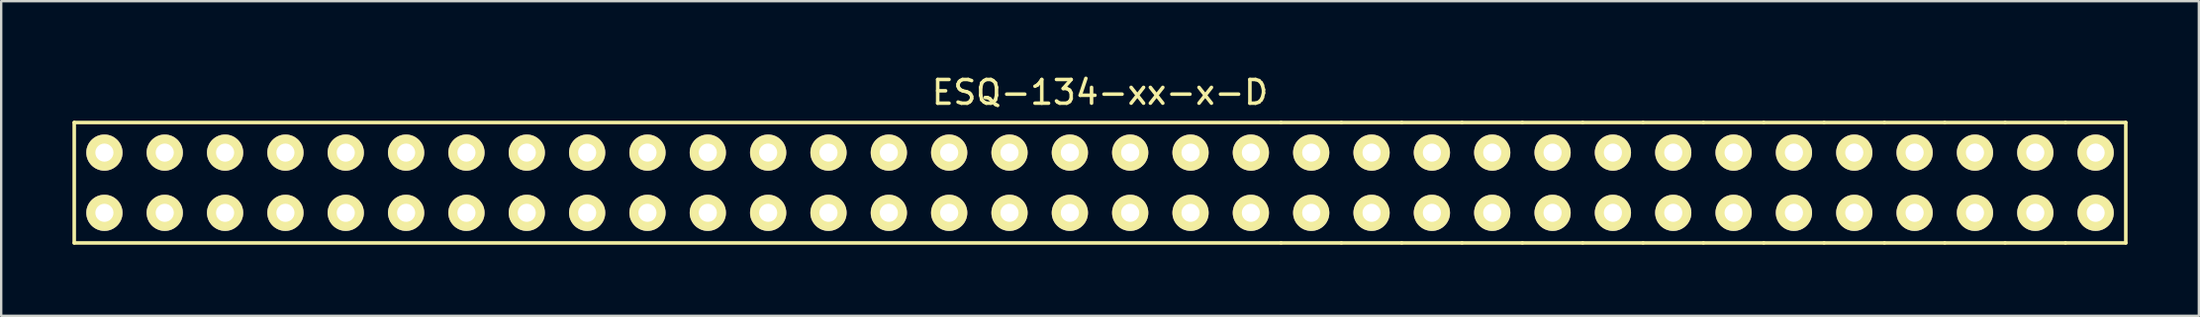
<source format=kicad_pcb>
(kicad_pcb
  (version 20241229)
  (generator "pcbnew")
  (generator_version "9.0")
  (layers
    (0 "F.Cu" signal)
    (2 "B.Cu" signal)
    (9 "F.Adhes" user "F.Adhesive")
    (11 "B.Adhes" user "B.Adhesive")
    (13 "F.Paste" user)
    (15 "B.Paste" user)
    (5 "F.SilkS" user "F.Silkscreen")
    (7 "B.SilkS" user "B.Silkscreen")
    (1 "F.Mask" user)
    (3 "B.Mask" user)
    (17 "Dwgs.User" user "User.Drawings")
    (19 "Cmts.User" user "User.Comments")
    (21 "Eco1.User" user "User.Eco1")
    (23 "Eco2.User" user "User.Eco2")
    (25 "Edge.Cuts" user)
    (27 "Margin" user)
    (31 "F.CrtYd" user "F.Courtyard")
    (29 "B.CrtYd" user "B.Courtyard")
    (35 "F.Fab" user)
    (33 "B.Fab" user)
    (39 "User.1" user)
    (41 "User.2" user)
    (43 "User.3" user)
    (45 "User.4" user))
  (footprint "ESQ-134-xx-x-D"
    (layer "F.Cu")
    (at 43.255 4.658)
    (property "Reference" "ESQ-134-xx-x-D" (at 0 -3.81 0) (layer "F.SilkS") (effects (font (size 1 1) (thickness 0.15))))
    (attr through_hole)
    (fp_line (start -43.18 -2.54) (end 7.62 -2.54) (stroke (width 0.15) (type solid)) (layer "F.SilkS"))
    (fp_line (start -43.18 2.54) (end -43.18 -2.54) (stroke (width 0.15) (type solid)) (layer "F.SilkS"))
    (fp_line (start 7.62 -2.54) (end 10.16 -2.54) (stroke (width 0.15) (type solid)) (layer "F.SilkS"))
    (fp_line (start 7.62 2.54) (end -43.18 2.54) (stroke (width 0.15) (type solid)) (layer "F.SilkS"))
    (fp_line (start 10.16 -2.54) (end 12.7 -2.54) (stroke (width 0.15) (type solid)) (layer "F.SilkS"))
    (fp_line (start 10.16 2.54) (end 7.62 2.54) (stroke (width 0.15) (type solid)) (layer "F.SilkS"))
    (fp_line (start 12.7 -2.54) (end 15.24 -2.54) (stroke (width 0.15) (type solid)) (layer "F.SilkS"))
    (fp_line (start 12.7 2.54) (end 10.16 2.54) (stroke (width 0.15) (type solid)) (layer "F.SilkS"))
    (fp_line (start 15.24 -2.54) (end 17.78 -2.54) (stroke (width 0.15) (type solid)) (layer "F.SilkS"))
    (fp_line (start 15.24 2.54) (end 12.7 2.54) (stroke (width 0.15) (type solid)) (layer "F.SilkS"))
    (fp_line (start 17.78 -2.54) (end 20.32 -2.54) (stroke (width 0.15) (type solid)) (layer "F.SilkS"))
    (fp_line (start 17.78 2.54) (end 15.24 2.54) (stroke (width 0.15) (type solid)) (layer "F.SilkS"))
    (fp_line (start 20.32 -2.54) (end 22.86 -2.54) (stroke (width 0.15) (type solid)) (layer "F.SilkS"))
    (fp_line (start 20.32 2.54) (end 17.78 2.54) (stroke (width 0.15) (type solid)) (layer "F.SilkS"))
    (fp_line (start 22.86 -2.54) (end 25.4 -2.54) (stroke (width 0.15) (type solid)) (layer "F.SilkS"))
    (fp_line (start 22.86 2.54) (end 20.32 2.54) (stroke (width 0.15) (type solid)) (layer "F.SilkS"))
    (fp_line (start 25.4 -2.54) (end 27.94 -2.54) (stroke (width 0.15) (type solid)) (layer "F.SilkS"))
    (fp_line (start 25.4 2.54) (end 22.86 2.54) (stroke (width 0.15) (type solid)) (layer "F.SilkS"))
    (fp_line (start 27.94 -2.54) (end 30.48 -2.54) (stroke (width 0.15) (type solid)) (layer "F.SilkS"))
    (fp_line (start 27.94 2.54) (end 25.4 2.54) (stroke (width 0.15) (type solid)) (layer "F.SilkS"))
    (fp_line (start 30.48 -2.54) (end 33.02 -2.54) (stroke (width 0.15) (type solid)) (layer "F.SilkS"))
    (fp_line (start 30.48 2.54) (end 27.94 2.54) (stroke (width 0.15) (type solid)) (layer "F.SilkS"))
    (fp_line (start 33.02 -2.54) (end 35.56 -2.54) (stroke (width 0.15) (type solid)) (layer "F.SilkS"))
    (fp_line (start 33.02 2.54) (end 30.48 2.54) (stroke (width 0.15) (type solid)) (layer "F.SilkS"))
    (fp_line (start 35.56 -2.54) (end 38.1 -2.54) (stroke (width 0.15) (type solid)) (layer "F.SilkS"))
    (fp_line (start 35.56 2.54) (end 33.02 2.54) (stroke (width 0.15) (type solid)) (layer "F.SilkS"))
    (fp_line (start 38.1 -2.54) (end 40.64 -2.54) (stroke (width 0.15) (type solid)) (layer "F.SilkS"))
    (fp_line (start 38.1 2.54) (end 35.56 2.54) (stroke (width 0.15) (type solid)) (layer "F.SilkS"))
    (fp_line (start 40.64 -2.54) (end 43.18 -2.54) (stroke (width 0.15) (type solid)) (layer "F.SilkS"))
    (fp_line (start 40.64 2.54) (end 38.1 2.54) (stroke (width 0.15) (type solid)) (layer "F.SilkS"))
    (fp_line (start 43.18 -2.54) (end 43.18 2.54) (stroke (width 0.15) (type solid)) (layer "F.SilkS"))
    (fp_line (start 43.18 2.54) (end 40.64 2.54) (stroke (width 0.15) (type solid)) (layer "F.SilkS"))
    (pad "1" thru_hole circle (at -41.91 -1.27) (size 1.524 1.524) (drill 0.762) (layers "*.Mask" "B.Cu" "F.SilkS"))
    (pad "2" thru_hole circle (at -41.91 1.27) (size 1.524 1.524) (drill 0.762) (layers "*.Mask" "B.Cu" "F.SilkS"))
    (pad "3" thru_hole circle (at -39.37 -1.27) (size 1.524 1.524) (drill 0.762) (layers "*.Mask" "B.Cu" "F.SilkS"))
    (pad "4" thru_hole circle (at -39.37 1.27) (size 1.524 1.524) (drill 0.762) (layers "*.Mask" "B.Cu" "F.SilkS"))
    (pad "5" thru_hole circle (at -36.83 -1.27) (size 1.524 1.524) (drill 0.762) (layers "*.Mask" "B.Cu" "F.SilkS"))
    (pad "6" thru_hole circle (at -36.83 1.27) (size 1.524 1.524) (drill 0.762) (layers "*.Mask" "B.Cu" "F.SilkS"))
    (pad "7" thru_hole circle (at -34.29 -1.27) (size 1.524 1.524) (drill 0.762) (layers "*.Mask" "B.Cu" "F.SilkS"))
    (pad "8" thru_hole circle (at -34.29 1.27) (size 1.524 1.524) (drill 0.762) (layers "*.Mask" "B.Cu" "F.SilkS"))
    (pad "9" thru_hole circle (at -31.75 -1.27) (size 1.524 1.524) (drill 0.762) (layers "*.Mask" "B.Cu" "F.SilkS"))
    (pad "10" thru_hole circle (at -31.75 1.27) (size 1.524 1.524) (drill 0.762) (layers "*.Mask" "B.Cu" "F.SilkS"))
    (pad "11" thru_hole circle (at -29.21 -1.27) (size 1.524 1.524) (drill 0.762) (layers "*.Mask" "B.Cu" "F.SilkS"))
    (pad "12" thru_hole circle (at -29.21 1.27) (size 1.524 1.524) (drill 0.762) (layers "*.Mask" "B.Cu" "F.SilkS"))
    (pad "13" thru_hole circle (at -26.67 -1.27) (size 1.524 1.524) (drill 0.762) (layers "*.Mask" "B.Cu" "F.SilkS"))
    (pad "14" thru_hole circle (at -26.67 1.27) (size 1.524 1.524) (drill 0.762) (layers "*.Mask" "B.Cu" "F.SilkS"))
    (pad "15" thru_hole circle (at -24.13 -1.27) (size 1.524 1.524) (drill 0.762) (layers "*.Mask" "B.Cu" "F.SilkS"))
    (pad "16" thru_hole circle (at -24.13 1.27) (size 1.524 1.524) (drill 0.762) (layers "*.Mask" "B.Cu" "F.SilkS"))
    (pad "17" thru_hole circle (at -21.59 -1.27) (size 1.524 1.524) (drill 0.762) (layers "*.Mask" "B.Cu" "F.SilkS"))
    (pad "18" thru_hole circle (at -21.59 1.27) (size 1.524 1.524) (drill 0.762) (layers "*.Mask" "B.Cu" "F.SilkS"))
    (pad "19" thru_hole circle (at -19.05 -1.27) (size 1.524 1.524) (drill 0.762) (layers "*.Mask" "B.Cu" "F.SilkS"))
    (pad "20" thru_hole circle (at -19.05 1.27) (size 1.524 1.524) (drill 0.762) (layers "*.Mask" "B.Cu" "F.SilkS"))
    (pad "21" thru_hole circle (at -16.51 -1.27) (size 1.524 1.524) (drill 0.762) (layers "*.Mask" "B.Cu" "F.SilkS"))
    (pad "22" thru_hole circle (at -16.51 1.27) (size 1.524 1.524) (drill 0.762) (layers "*.Mask" "B.Cu" "F.SilkS"))
    (pad "23" thru_hole circle (at -13.97 -1.27) (size 1.524 1.524) (drill 0.762) (layers "*.Mask" "B.Cu" "F.SilkS"))
    (pad "24" thru_hole circle (at -13.97 1.27) (size 1.524 1.524) (drill 0.762) (layers "*.Mask" "B.Cu" "F.SilkS"))
    (pad "25" thru_hole circle (at -11.43 -1.27) (size 1.524 1.524) (drill 0.762) (layers "*.Mask" "B.Cu" "F.SilkS"))
    (pad "26" thru_hole circle (at -11.43 1.27) (size 1.524 1.524) (drill 0.762) (layers "*.Mask" "B.Cu" "F.SilkS"))
    (pad "27" thru_hole circle (at -8.89 -1.27) (size 1.524 1.524) (drill 0.762) (layers "*.Mask" "B.Cu" "F.SilkS"))
    (pad "28" thru_hole circle (at -8.89 1.27) (size 1.524 1.524) (drill 0.762) (layers "*.Mask" "B.Cu" "F.SilkS"))
    (pad "29" thru_hole circle (at -6.35 -1.27) (size 1.524 1.524) (drill 0.762) (layers "*.Mask" "B.Cu" "F.SilkS"))
    (pad "30" thru_hole circle (at -6.35 1.27) (size 1.524 1.524) (drill 0.762) (layers "*.Mask" "B.Cu" "F.SilkS"))
    (pad "31" thru_hole circle (at -3.81 -1.27) (size 1.524 1.524) (drill 0.762) (layers "*.Mask" "B.Cu" "F.SilkS"))
    (pad "32" thru_hole circle (at -3.81 1.27) (size 1.524 1.524) (drill 0.762) (layers "*.Mask" "B.Cu" "F.SilkS"))
    (pad "33" thru_hole circle (at -1.27 -1.27) (size 1.524 1.524) (drill 0.762) (layers "*.Mask" "B.Cu" "F.SilkS"))
    (pad "34" thru_hole circle (at -1.27 1.27) (size 1.524 1.524) (drill 0.762) (layers "*.Mask" "B.Cu" "F.SilkS"))
    (pad "35" thru_hole circle (at 1.27 -1.27) (size 1.524 1.524) (drill 0.762) (layers "*.Mask" "B.Cu" "F.SilkS"))
    (pad "36" thru_hole circle (at 1.27 1.27) (size 1.524 1.524) (drill 0.762) (layers "*.Mask" "B.Cu" "F.SilkS"))
    (pad "37" thru_hole circle (at 3.81 -1.27) (size 1.524 1.524) (drill 0.762) (layers "*.Mask" "B.Cu" "F.SilkS"))
    (pad "38" thru_hole circle (at 3.81 1.27) (size 1.524 1.524) (drill 0.762) (layers "*.Mask" "B.Cu" "F.SilkS"))
    (pad "39" thru_hole circle (at 6.35 -1.27) (size 1.524 1.524) (drill 0.762) (layers "*.Mask" "B.Cu" "F.SilkS"))
    (pad "40" thru_hole circle (at 6.35 1.27) (size 1.524 1.524) (drill 0.762) (layers "*.Mask" "B.Cu" "F.SilkS"))
    (pad "41" thru_hole circle (at 8.89 -1.27) (size 1.524 1.524) (drill 0.762) (layers "*.Mask" "B.Cu" "F.SilkS"))
    (pad "42" thru_hole circle (at 8.89 1.27) (size 1.524 1.524) (drill 0.762) (layers "*.Mask" "B.Cu" "F.SilkS"))
    (pad "43" thru_hole circle (at 11.43 -1.27) (size 1.524 1.524) (drill 0.762) (layers "*.Mask" "B.Cu" "F.SilkS"))
    (pad "44" thru_hole circle (at 11.43 1.27) (size 1.524 1.524) (drill 0.762) (layers "*.Mask" "B.Cu" "F.SilkS"))
    (pad "45" thru_hole circle (at 13.97 -1.27) (size 1.524 1.524) (drill 0.762) (layers "*.Mask" "B.Cu" "F.SilkS"))
    (pad "46" thru_hole circle (at 13.97 1.27) (size 1.524 1.524) (drill 0.762) (layers "*.Mask" "B.Cu" "F.SilkS"))
    (pad "47" thru_hole circle (at 16.51 -1.27) (size 1.524 1.524) (drill 0.762) (layers "*.Mask" "B.Cu" "F.SilkS"))
    (pad "48" thru_hole circle (at 16.51 1.27) (size 1.524 1.524) (drill 0.762) (layers "*.Mask" "B.Cu" "F.SilkS"))
    (pad "49" thru_hole circle (at 19.05 -1.27) (size 1.524 1.524) (drill 0.762) (layers "*.Mask" "B.Cu" "F.SilkS"))
    (pad "50" thru_hole circle (at 19.05 1.27) (size 1.524 1.524) (drill 0.762) (layers "*.Mask" "B.Cu" "F.SilkS"))
    (pad "51" thru_hole circle (at 21.59 -1.27) (size 1.524 1.524) (drill 0.762) (layers "*.Mask" "B.Cu" "F.SilkS"))
    (pad "52" thru_hole circle (at 21.59 1.27) (size 1.524 1.524) (drill 0.762) (layers "*.Mask" "B.Cu" "F.SilkS"))
    (pad "53" thru_hole circle (at 24.13 -1.27) (size 1.524 1.524) (drill 0.762) (layers "*.Mask" "B.Cu" "F.SilkS"))
    (pad "54" thru_hole circle (at 24.13 1.27) (size 1.524 1.524) (drill 0.762) (layers "*.Mask" "B.Cu" "F.SilkS"))
    (pad "55" thru_hole circle (at 26.67 -1.27) (size 1.524 1.524) (drill 0.762) (layers "*.Mask" "B.Cu" "F.SilkS"))
    (pad "56" thru_hole circle (at 26.67 1.27) (size 1.524 1.524) (drill 0.762) (layers "*.Mask" "B.Cu" "F.SilkS"))
    (pad "57" thru_hole circle (at 29.21 -1.27) (size 1.524 1.524) (drill 0.762) (layers "*.Mask" "B.Cu" "F.SilkS"))
    (pad "58" thru_hole circle (at 29.21 1.27) (size 1.524 1.524) (drill 0.762) (layers "*.Mask" "B.Cu" "F.SilkS"))
    (pad "59" thru_hole circle (at 31.75 -1.27) (size 1.524 1.524) (drill 0.762) (layers "*.Mask" "B.Cu" "F.SilkS"))
    (pad "60" thru_hole circle (at 31.75 1.27) (size 1.524 1.524) (drill 0.762) (layers "*.Mask" "B.Cu" "F.SilkS"))
    (pad "61" thru_hole circle (at 34.29 -1.27) (size 1.524 1.524) (drill 0.762) (layers "*.Mask" "B.Cu" "F.SilkS"))
    (pad "62" thru_hole circle (at 34.29 1.27) (size 1.524 1.524) (drill 0.762) (layers "*.Mask" "B.Cu" "F.SilkS"))
    (pad "63" thru_hole circle (at 36.83 -1.27) (size 1.524 1.524) (drill 0.762) (layers "*.Mask" "B.Cu" "F.SilkS"))
    (pad "64" thru_hole circle (at 36.83 1.27) (size 1.524 1.524) (drill 0.762) (layers "*.Mask" "B.Cu" "F.SilkS"))
    (pad "65" thru_hole circle (at 39.37 -1.27) (size 1.524 1.524) (drill 0.762) (layers "*.Mask" "B.Cu" "F.SilkS"))
    (pad "66" thru_hole circle (at 39.37 1.27) (size 1.524 1.524) (drill 0.762) (layers "*.Mask" "B.Cu" "F.SilkS"))
    (pad "67" thru_hole circle (at 41.91 -1.27) (size 1.524 1.524) (drill 0.762) (layers "*.Mask" "B.Cu" "F.SilkS"))
    (pad "68" thru_hole circle (at 41.91 1.27) (size 1.524 1.524) (drill 0.762) (layers "*.Mask" "B.Cu" "F.SilkS")))
  (gr_rect
    (start -3 -3)
    (end 89.51 10.273)
    (stroke (width 0.1) (type default))
    (fill no)
    (layer "Edge.Cuts")))
</source>
